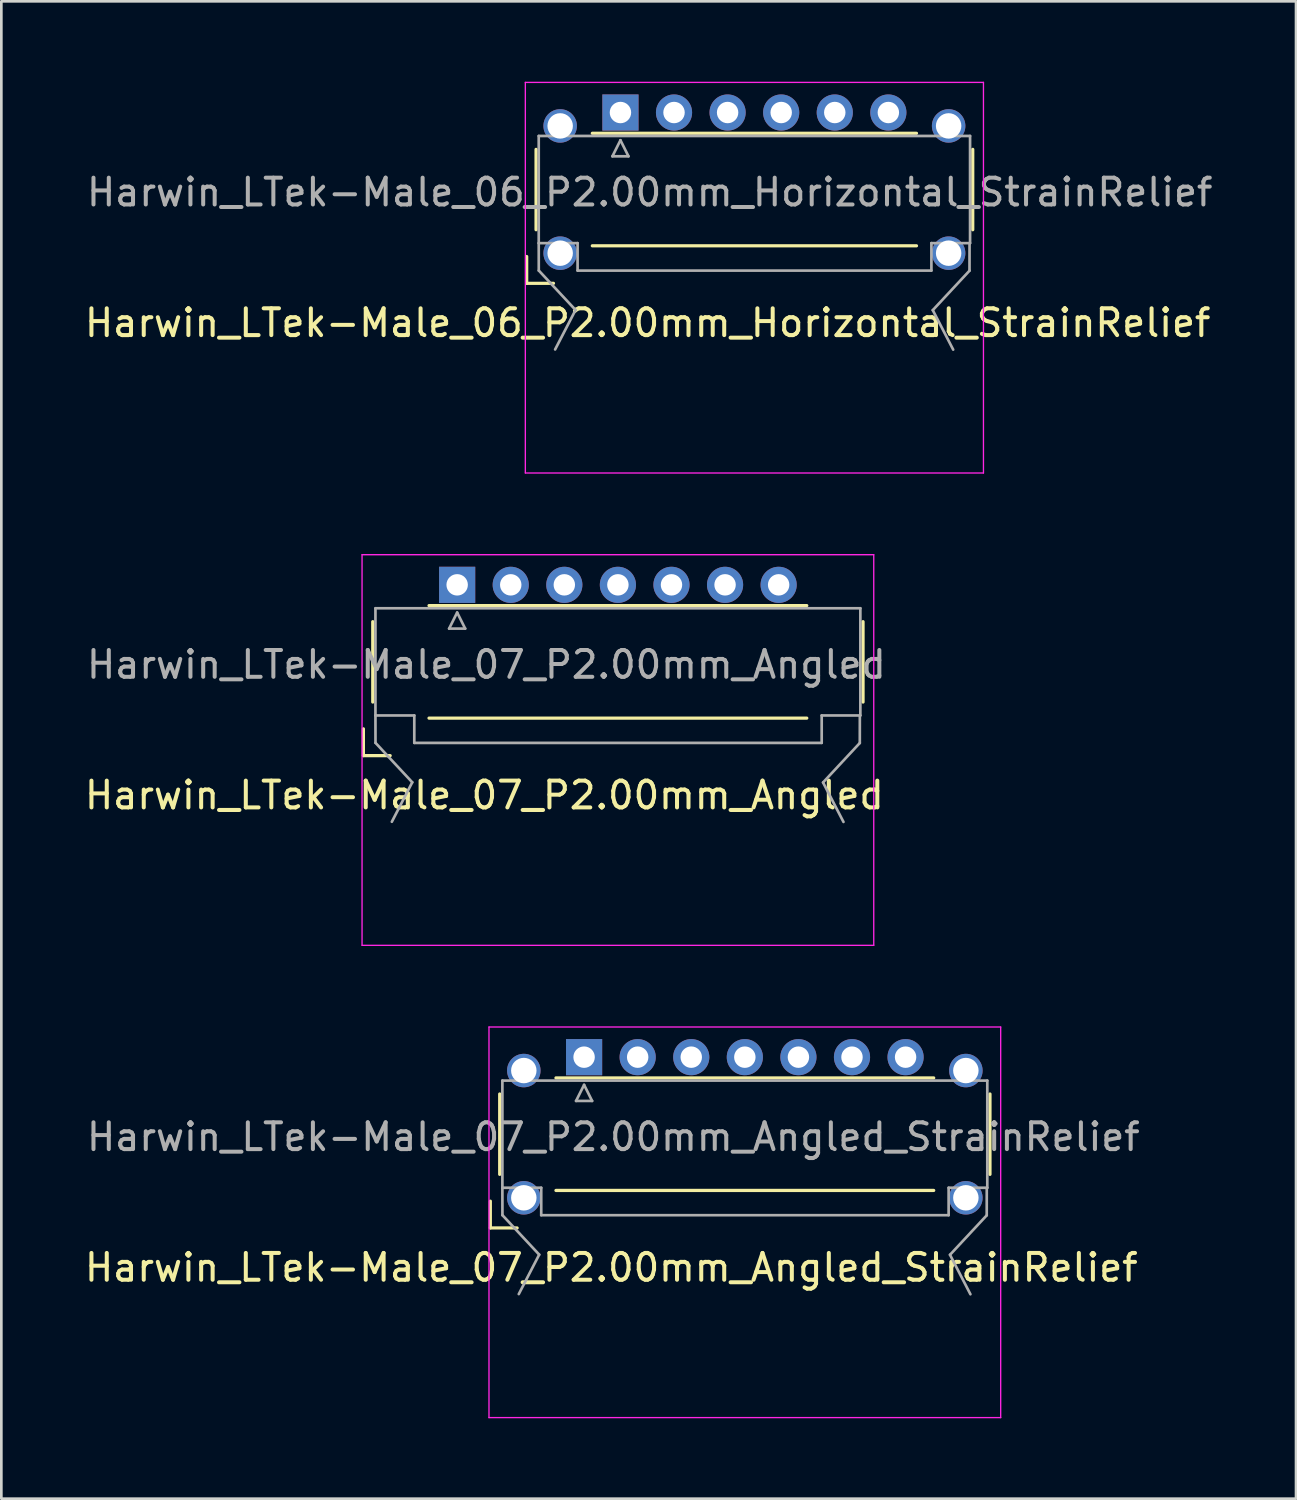
<source format=kicad_pcb>
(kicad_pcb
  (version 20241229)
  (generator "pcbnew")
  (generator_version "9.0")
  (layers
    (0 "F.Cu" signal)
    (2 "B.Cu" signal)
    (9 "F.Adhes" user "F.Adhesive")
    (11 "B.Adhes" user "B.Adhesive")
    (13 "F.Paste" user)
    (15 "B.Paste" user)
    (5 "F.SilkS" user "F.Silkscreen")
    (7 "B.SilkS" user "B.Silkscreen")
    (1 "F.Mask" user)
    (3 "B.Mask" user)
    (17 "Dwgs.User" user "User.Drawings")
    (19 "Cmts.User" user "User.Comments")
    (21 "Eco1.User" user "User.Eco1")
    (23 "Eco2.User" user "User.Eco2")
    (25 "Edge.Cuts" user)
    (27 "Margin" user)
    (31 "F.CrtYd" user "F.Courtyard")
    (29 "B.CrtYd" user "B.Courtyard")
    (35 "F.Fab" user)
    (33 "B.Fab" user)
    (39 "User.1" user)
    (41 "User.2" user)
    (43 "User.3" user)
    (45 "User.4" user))
  (footprint "Harwin_LTek-Male_06_P2.00mm_Horizontal_StrainRelief"
    (layer "F.Cu")
    (at 20.109 4.025)
    (property "Reference" "Harwin_LTek-Male_06_P2.00mm_Horizontal_StrainRelief" (at 1.016 4.978 180) (layer "F.SilkS") (effects (font (size 1 1) (thickness 0.15))))
    (attr through_hole)
    (fp_line (start -3.5 2.5) (end -3.5 3.5) (stroke (width 0.12) (type solid)) (layer "F.SilkS"))
    (fp_line (start -3.5 3.5) (end -2.5 3.5) (stroke (width 0.12) (type solid)) (layer "F.SilkS"))
    (fp_line (start -3.15 -1.5) (end -3.15 1.5) (stroke (width 0.12) (type solid)) (layer "F.SilkS"))
    (fp_line (start -1.05 -2.1) (end 11.05 -2.1) (stroke (width 0.12) (type solid)) (layer "F.SilkS"))
    (fp_line (start -1.05 2.1) (end 11.05 2.1) (stroke (width 0.12) (type solid)) (layer "F.SilkS"))
    (fp_line (start 13.15 -1.5) (end 13.15 1.5) (stroke (width 0.12) (type solid)) (layer "F.SilkS"))
    (fp_line (start -3.55 -4) (end -3.55 10.58) (stroke (width 0.05) (type solid)) (layer "F.CrtYd"))
    (fp_line (start -3.55 10.58) (end 13.55 10.58) (stroke (width 0.05) (type solid)) (layer "F.CrtYd"))
    (fp_line (start 13.55 -4) (end -3.55 -4) (stroke (width 0.05) (type solid)) (layer "F.CrtYd"))
    (fp_line (start 13.55 10.58) (end 13.55 -4) (stroke (width 0.05) (type solid)) (layer "F.CrtYd"))
    (fp_line (start -3.05 -2) (end -3.05 2) (stroke (width 0.1) (type solid)) (layer "F.Fab"))
    (fp_line (start -3.048 3.023) (end -3.05 2) (stroke (width 0.1) (type solid)) (layer "F.Fab"))
    (fp_line (start -3.043 2) (end -1.6 2) (stroke (width 0.1) (type solid)) (layer "F.Fab"))
    (fp_line (start -1.676 4.496) (end -3.048 3.023) (stroke (width 0.1) (type solid)) (layer "F.Fab"))
    (fp_line (start -1.676 4.496) (end -2.438 5.969) (stroke (width 0.1) (type solid)) (layer "F.Fab"))
    (fp_line (start -1.6 2) (end -1.6 3.023) (stroke (width 0.1) (type solid)) (layer "F.Fab"))
    (fp_line (start -1.6 3.025) (end 11.607 3.025) (stroke (width 0.1) (type solid)) (layer "F.Fab"))
    (fp_line (start -0.3 -1.241) (end 0.3 -1.241) (stroke (width 0.1) (type solid)) (layer "F.Fab"))
    (fp_line (start 0 -1.841) (end -0.3 -1.241) (stroke (width 0.1) (type solid)) (layer "F.Fab"))
    (fp_line (start 0.3 -1.241) (end 0 -1.841) (stroke (width 0.1) (type solid)) (layer "F.Fab"))
    (fp_line (start 11.607 2) (end 13.05 2) (stroke (width 0.1) (type solid)) (layer "F.Fab"))
    (fp_line (start 11.607 3.023) (end 11.607 2) (stroke (width 0.1) (type solid)) (layer "F.Fab"))
    (fp_line (start 11.658 4.502) (end 12.42 5.975) (stroke (width 0.1) (type solid)) (layer "F.Fab"))
    (fp_line (start 11.658 4.502) (end 13.029 3.029) (stroke (width 0.1) (type solid)) (layer "F.Fab"))
    (fp_line (start 13.029 3.029) (end 13.031 2.006) (stroke (width 0.1) (type solid)) (layer "F.Fab"))
    (fp_line (start 13.05 -2) (end -3.05 -2) (stroke (width 0.1) (type solid)) (layer "F.Fab"))
    (fp_line (start 13.05 2) (end 13.05 -2) (stroke (width 0.1) (type solid)) (layer "F.Fab"))
    (fp_text user "${REFERENCE}" (at 1.092 0.102 0) (layer "F.Fab") (effects (font (size 1 1) (thickness 0.15))))
    (pad "" thru_hole circle (at -2.25 -2.375) (size 1.25 1.25) (drill 0.95) (layers "*.Cu" "*.Mask"))
    (pad "" thru_hole circle (at -2.25 2.375) (size 1.25 1.25) (drill 0.95) (layers "*.Cu" "*.Mask"))
    (pad "" thru_hole circle (at 12.25 -2.375) (size 1.25 1.25) (drill 0.95) (layers "*.Cu" "*.Mask"))
    (pad "" thru_hole circle (at 12.25 2.375) (size 1.25 1.25) (drill 0.95) (layers "*.Cu" "*.Mask"))
    (pad "1" thru_hole rect (at 0 -2.875) (size 1.35 1.35) (drill 0.8) (layers "*.Cu" "*.Mask"))
    (pad "2" thru_hole circle (at 2 -2.875) (size 1.35 1.35) (drill 0.8) (layers "*.Cu" "*.Mask"))
    (pad "3" thru_hole circle (at 4 -2.875) (size 1.35 1.35) (drill 0.8) (layers "*.Cu" "*.Mask"))
    (pad "4" thru_hole circle (at 6 -2.875) (size 1.35 1.35) (drill 0.8) (layers "*.Cu" "*.Mask"))
    (pad "5" thru_hole circle (at 8 -2.875) (size 1.35 1.35) (drill 0.8) (layers "*.Cu" "*.Mask"))
    (pad "6" thru_hole circle (at 10 -2.875) (size 1.35 1.35) (drill 0.8) (layers "*.Cu" "*.Mask")))
  (footprint "Harwin_LTek-Male_07_P2.00mm_Angled_StrainRelief"
    (layer "F.Cu")
    (at 18.752 39.285)
    (property "Reference" "Harwin_LTek-Male_07_P2.00mm_Angled_StrainRelief" (at 1.016 4.978 180) (layer "F.SilkS") (effects (font (size 1 1) (thickness 0.15))))
    (attr through_hole)
    (fp_line (start -3.5 2.5) (end -3.5 3.5) (stroke (width 0.12) (type solid)) (layer "F.SilkS"))
    (fp_line (start -3.5 3.5) (end -2.5 3.5) (stroke (width 0.12) (type solid)) (layer "F.SilkS"))
    (fp_line (start -3.15 -1.5) (end -3.15 1.5) (stroke (width 0.12) (type solid)) (layer "F.SilkS"))
    (fp_line (start -1.05 -2.1) (end 13.05 -2.1) (stroke (width 0.12) (type solid)) (layer "F.SilkS"))
    (fp_line (start -1.05 2.1) (end 13.05 2.1) (stroke (width 0.12) (type solid)) (layer "F.SilkS"))
    (fp_line (start 15.15 -1.5) (end 15.15 1.5) (stroke (width 0.12) (type solid)) (layer "F.SilkS"))
    (fp_line (start -3.55 -4) (end -3.55 10.58) (stroke (width 0.05) (type solid)) (layer "F.CrtYd"))
    (fp_line (start -3.55 10.58) (end 15.55 10.58) (stroke (width 0.05) (type solid)) (layer "F.CrtYd"))
    (fp_line (start 15.55 -4) (end -3.55 -4) (stroke (width 0.05) (type solid)) (layer "F.CrtYd"))
    (fp_line (start 15.55 10.58) (end 15.55 -4) (stroke (width 0.05) (type solid)) (layer "F.CrtYd"))
    (fp_line (start -3.05 -2) (end -3.05 2) (stroke (width 0.1) (type solid)) (layer "F.Fab"))
    (fp_line (start -3.048 3.023) (end -3.05 2) (stroke (width 0.1) (type solid)) (layer "F.Fab"))
    (fp_line (start -3.043 2) (end -1.6 2) (stroke (width 0.1) (type solid)) (layer "F.Fab"))
    (fp_line (start -1.676 4.496) (end -3.048 3.023) (stroke (width 0.1) (type solid)) (layer "F.Fab"))
    (fp_line (start -1.676 4.496) (end -2.438 5.969) (stroke (width 0.1) (type solid)) (layer "F.Fab"))
    (fp_line (start -1.6 2) (end -1.6 3.023) (stroke (width 0.1) (type solid)) (layer "F.Fab"))
    (fp_line (start -1.6 3.025) (end 13.607 3.025) (stroke (width 0.1) (type solid)) (layer "F.Fab"))
    (fp_line (start -0.3 -1.241) (end 0.3 -1.241) (stroke (width 0.1) (type solid)) (layer "F.Fab"))
    (fp_line (start 0 -1.841) (end -0.3 -1.241) (stroke (width 0.1) (type solid)) (layer "F.Fab"))
    (fp_line (start 0.3 -1.241) (end 0 -1.841) (stroke (width 0.1) (type solid)) (layer "F.Fab"))
    (fp_line (start 13.607 2) (end 15.05 2) (stroke (width 0.1) (type solid)) (layer "F.Fab"))
    (fp_line (start 13.607 3.023) (end 13.607 2) (stroke (width 0.1) (type solid)) (layer "F.Fab"))
    (fp_line (start 13.658 4.502) (end 14.42 5.975) (stroke (width 0.1) (type solid)) (layer "F.Fab"))
    (fp_line (start 13.658 4.502) (end 15.029 3.029) (stroke (width 0.1) (type solid)) (layer "F.Fab"))
    (fp_line (start 15.029 3.029) (end 15.031 2.006) (stroke (width 0.1) (type solid)) (layer "F.Fab"))
    (fp_line (start 15.05 -2) (end -3.05 -2) (stroke (width 0.1) (type solid)) (layer "F.Fab"))
    (fp_line (start 15.05 2) (end 15.05 -2) (stroke (width 0.1) (type solid)) (layer "F.Fab"))
    (fp_text user "${REFERENCE}" (at 1.092 0.102 0) (layer "F.Fab") (effects (font (size 1 1) (thickness 0.15))))
    (pad "" thru_hole circle (at -2.25 -2.375) (size 1.25 1.25) (drill 0.95) (layers "*.Cu" "*.Mask"))
    (pad "" thru_hole circle (at -2.25 2.375) (size 1.25 1.25) (drill 0.95) (layers "*.Cu" "*.Mask"))
    (pad "" thru_hole circle (at 14.25 -2.375) (size 1.25 1.25) (drill 0.95) (layers "*.Cu" "*.Mask"))
    (pad "" thru_hole circle (at 14.25 2.375) (size 1.25 1.25) (drill 0.95) (layers "*.Cu" "*.Mask"))
    (pad "1" thru_hole rect (at 0 -2.875) (size 1.35 1.35) (drill 0.8) (layers "*.Cu" "*.Mask"))
    (pad "2" thru_hole circle (at 2 -2.875) (size 1.35 1.35) (drill 0.8) (layers "*.Cu" "*.Mask"))
    (pad "3" thru_hole circle (at 4 -2.875) (size 1.35 1.35) (drill 0.8) (layers "*.Cu" "*.Mask"))
    (pad "4" thru_hole circle (at 6 -2.875) (size 1.35 1.35) (drill 0.8) (layers "*.Cu" "*.Mask"))
    (pad "5" thru_hole circle (at 8 -2.875) (size 1.35 1.35) (drill 0.8) (layers "*.Cu" "*.Mask"))
    (pad "6" thru_hole circle (at 10 -2.875) (size 1.35 1.35) (drill 0.8) (layers "*.Cu" "*.Mask"))
    (pad "7" thru_hole circle (at 12 -2.875) (size 1.35 1.35) (drill 0.8) (layers "*.Cu" "*.Mask")))
  (footprint "Harwin_LTek-Male_07_P2.00mm_Angled"
    (layer "F.Cu")
    (at 14.014 21.655)
    (property "Reference" "Harwin_LTek-Male_07_P2.00mm_Angled" (at 1.016 4.978 180) (layer "F.SilkS") (effects (font (size 1 1) (thickness 0.15))))
    (attr through_hole)
    (fp_line (start -3.5 2.5) (end -3.5 3.5) (stroke (width 0.12) (type solid)) (layer "F.SilkS"))
    (fp_line (start -3.5 3.5) (end -2.5 3.5) (stroke (width 0.12) (type solid)) (layer "F.SilkS"))
    (fp_line (start -3.15 -1.5) (end -3.15 1.5) (stroke (width 0.12) (type solid)) (layer "F.SilkS"))
    (fp_line (start -1.05 -2.1) (end 13.05 -2.1) (stroke (width 0.12) (type solid)) (layer "F.SilkS"))
    (fp_line (start -1.05 2.1) (end 13.05 2.1) (stroke (width 0.12) (type solid)) (layer "F.SilkS"))
    (fp_line (start 15.15 -1.5) (end 15.15 1.5) (stroke (width 0.12) (type solid)) (layer "F.SilkS"))
    (fp_line (start -3.55 -4) (end -3.55 10.58) (stroke (width 0.05) (type solid)) (layer "F.CrtYd"))
    (fp_line (start -3.55 10.58) (end 15.55 10.58) (stroke (width 0.05) (type solid)) (layer "F.CrtYd"))
    (fp_line (start 15.55 -4) (end -3.55 -4) (stroke (width 0.05) (type solid)) (layer "F.CrtYd"))
    (fp_line (start 15.55 10.58) (end 15.55 -4) (stroke (width 0.05) (type solid)) (layer "F.CrtYd"))
    (fp_line (start -3.05 -2) (end -3.05 2) (stroke (width 0.1) (type solid)) (layer "F.Fab"))
    (fp_line (start -3.048 3.023) (end -3.05 2) (stroke (width 0.1) (type solid)) (layer "F.Fab"))
    (fp_line (start -3.043 2) (end -1.6 2) (stroke (width 0.1) (type solid)) (layer "F.Fab"))
    (fp_line (start -1.676 4.496) (end -3.048 3.023) (stroke (width 0.1) (type solid)) (layer "F.Fab"))
    (fp_line (start -1.676 4.496) (end -2.438 5.969) (stroke (width 0.1) (type solid)) (layer "F.Fab"))
    (fp_line (start -1.6 2) (end -1.6 3.023) (stroke (width 0.1) (type solid)) (layer "F.Fab"))
    (fp_line (start -1.6 3.025) (end 13.607 3.025) (stroke (width 0.1) (type solid)) (layer "F.Fab"))
    (fp_line (start -0.3 -1.241) (end 0.3 -1.241) (stroke (width 0.1) (type solid)) (layer "F.Fab"))
    (fp_line (start 0 -1.841) (end -0.3 -1.241) (stroke (width 0.1) (type solid)) (layer "F.Fab"))
    (fp_line (start 0.3 -1.241) (end 0 -1.841) (stroke (width 0.1) (type solid)) (layer "F.Fab"))
    (fp_line (start 13.607 2) (end 15.05 2) (stroke (width 0.1) (type solid)) (layer "F.Fab"))
    (fp_line (start 13.607 3.023) (end 13.607 2) (stroke (width 0.1) (type solid)) (layer "F.Fab"))
    (fp_line (start 13.658 4.502) (end 14.42 5.975) (stroke (width 0.1) (type solid)) (layer "F.Fab"))
    (fp_line (start 13.658 4.502) (end 15.029 3.029) (stroke (width 0.1) (type solid)) (layer "F.Fab"))
    (fp_line (start 15.029 3.029) (end 15.031 2.006) (stroke (width 0.1) (type solid)) (layer "F.Fab"))
    (fp_line (start 15.05 -2) (end -3.05 -2) (stroke (width 0.1) (type solid)) (layer "F.Fab"))
    (fp_line (start 15.05 2) (end 15.05 -2) (stroke (width 0.1) (type solid)) (layer "F.Fab"))
    (fp_text user "${REFERENCE}" (at 1.092 0.102 0) (layer "F.Fab") (effects (font (size 1 1) (thickness 0.15))))
    (pad "1" thru_hole rect (at 0 -2.875) (size 1.35 1.35) (drill 0.8) (layers "*.Cu" "*.Mask"))
    (pad "2" thru_hole circle (at 2 -2.875) (size 1.35 1.35) (drill 0.8) (layers "*.Cu" "*.Mask"))
    (pad "3" thru_hole circle (at 4 -2.875) (size 1.35 1.35) (drill 0.8) (layers "*.Cu" "*.Mask"))
    (pad "4" thru_hole circle (at 6 -2.875) (size 1.35 1.35) (drill 0.8) (layers "*.Cu" "*.Mask"))
    (pad "5" thru_hole circle (at 8 -2.875) (size 1.35 1.35) (drill 0.8) (layers "*.Cu" "*.Mask"))
    (pad "6" thru_hole circle (at 10 -2.875) (size 1.35 1.35) (drill 0.8) (layers "*.Cu" "*.Mask"))
    (pad "7" thru_hole circle (at 12 -2.875) (size 1.35 1.35) (drill 0.8) (layers "*.Cu" "*.Mask")))
  (gr_rect
    (start -3 -3)
    (end 45.326 52.89)
    (stroke (width 0.1) (type default))
    (fill no)
    (layer "Edge.Cuts")))
</source>
